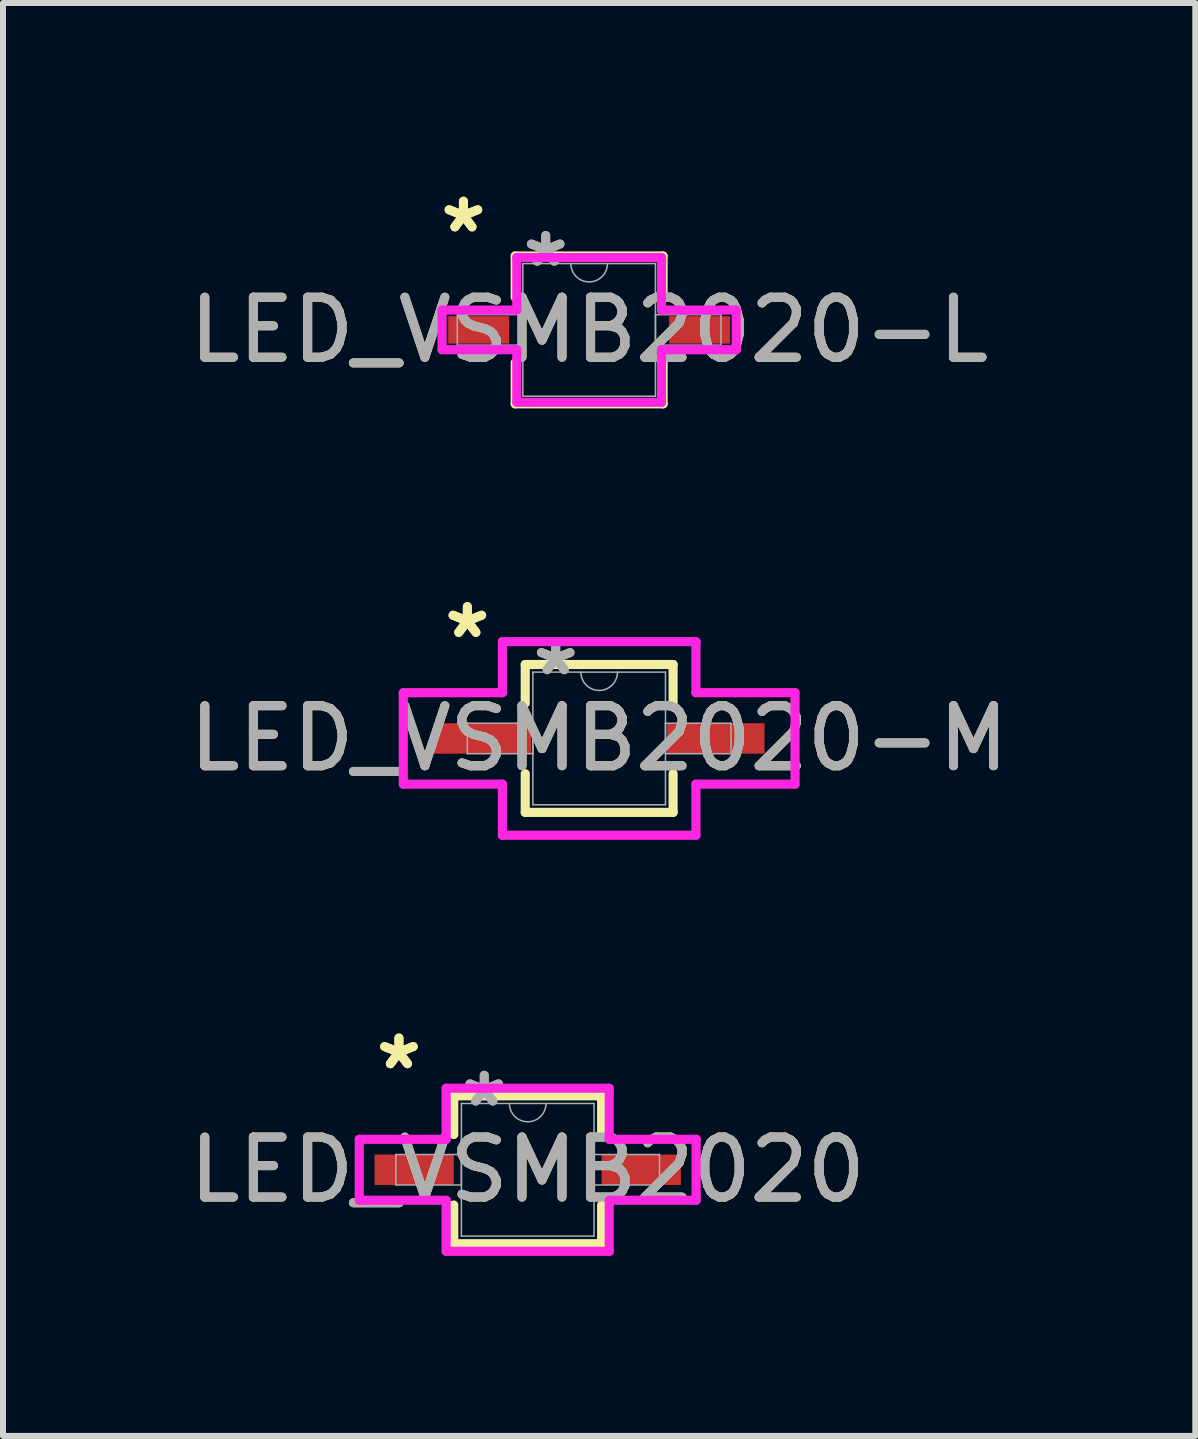
<source format=kicad_pcb>
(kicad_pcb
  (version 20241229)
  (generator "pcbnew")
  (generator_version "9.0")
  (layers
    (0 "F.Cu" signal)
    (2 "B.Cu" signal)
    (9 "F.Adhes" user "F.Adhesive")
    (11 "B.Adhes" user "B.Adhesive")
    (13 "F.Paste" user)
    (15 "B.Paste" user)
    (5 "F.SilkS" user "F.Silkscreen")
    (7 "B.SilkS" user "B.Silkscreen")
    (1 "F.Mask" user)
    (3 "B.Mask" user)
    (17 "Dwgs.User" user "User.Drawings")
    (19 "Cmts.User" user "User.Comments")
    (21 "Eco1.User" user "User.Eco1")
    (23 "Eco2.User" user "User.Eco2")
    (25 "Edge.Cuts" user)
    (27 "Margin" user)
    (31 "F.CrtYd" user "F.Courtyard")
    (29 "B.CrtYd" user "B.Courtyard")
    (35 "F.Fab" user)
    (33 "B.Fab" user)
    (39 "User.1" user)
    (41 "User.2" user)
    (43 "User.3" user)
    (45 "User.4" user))
  (footprint "LED_VSMB2020"
    (layer "F.Cu")
    (at 5.744 16.444)
    (property "Reference" "LED_VSMB2020" (at 0 0 0) (unlocked yes) (layer "F.SilkS") (effects (font (size 1 1) (thickness 0.15))))
    (attr smd)
    (fp_line (start -1.232 -1.232) (end -1.232 -0.587) (stroke (width 0.152) (type solid)) (layer "F.SilkS"))
    (fp_line (start -1.232 0.587) (end -1.232 1.232) (stroke (width 0.152) (type solid)) (layer "F.SilkS"))
    (fp_line (start -1.232 1.232) (end 1.232 1.232) (stroke (width 0.152) (type solid)) (layer "F.SilkS"))
    (fp_line (start 1.232 -1.232) (end -1.232 -1.232) (stroke (width 0.152) (type solid)) (layer "F.SilkS"))
    (fp_line (start 1.232 -0.587) (end 1.232 -1.232) (stroke (width 0.152) (type solid)) (layer "F.SilkS"))
    (fp_line (start 1.232 1.232) (end 1.232 0.587) (stroke (width 0.152) (type solid)) (layer "F.SilkS"))
    (fp_line (start -2.807 -0.508) (end -1.359 -0.508) (stroke (width 0.152) (type solid)) (layer "F.CrtYd"))
    (fp_line (start -2.807 0.508) (end -2.807 -0.508) (stroke (width 0.152) (type solid)) (layer "F.CrtYd"))
    (fp_line (start -2.807 0.508) (end -1.359 0.508) (stroke (width 0.152) (type solid)) (layer "F.CrtYd"))
    (fp_line (start -1.359 -1.359) (end 1.359 -1.359) (stroke (width 0.152) (type solid)) (layer "F.CrtYd"))
    (fp_line (start -1.359 -0.508) (end -1.359 -1.359) (stroke (width 0.152) (type solid)) (layer "F.CrtYd"))
    (fp_line (start -1.359 1.359) (end -1.359 0.508) (stroke (width 0.152) (type solid)) (layer "F.CrtYd"))
    (fp_line (start 1.359 -1.359) (end 1.359 -0.508) (stroke (width 0.152) (type solid)) (layer "F.CrtYd"))
    (fp_line (start 1.359 0.508) (end 1.359 1.359) (stroke (width 0.152) (type solid)) (layer "F.CrtYd"))
    (fp_line (start 1.359 1.359) (end -1.359 1.359) (stroke (width 0.152) (type solid)) (layer "F.CrtYd"))
    (fp_line (start 2.807 -0.508) (end 1.359 -0.508) (stroke (width 0.152) (type solid)) (layer "F.CrtYd"))
    (fp_line (start 2.807 -0.508) (end 2.807 0.508) (stroke (width 0.152) (type solid)) (layer "F.CrtYd"))
    (fp_line (start 2.807 0.508) (end 1.359 0.508) (stroke (width 0.152) (type solid)) (layer "F.CrtYd"))
    (fp_line (start -2.197 -0.254) (end -2.197 0.254) (stroke (width 0.025) (type solid)) (layer "F.Fab"))
    (fp_line (start -2.197 0.254) (end -1.105 0.254) (stroke (width 0.025) (type solid)) (layer "F.Fab"))
    (fp_line (start -1.105 -1.105) (end -1.105 1.105) (stroke (width 0.025) (type solid)) (layer "F.Fab"))
    (fp_line (start -1.105 -0.254) (end -2.197 -0.254) (stroke (width 0.025) (type solid)) (layer "F.Fab"))
    (fp_line (start -1.105 0.254) (end -1.105 -0.254) (stroke (width 0.025) (type solid)) (layer "F.Fab"))
    (fp_line (start -1.105 1.105) (end 1.105 1.105) (stroke (width 0.025) (type solid)) (layer "F.Fab"))
    (fp_line (start 1.105 -1.105) (end -1.105 -1.105) (stroke (width 0.025) (type solid)) (layer "F.Fab"))
    (fp_line (start 1.105 -0.254) (end 1.105 0.254) (stroke (width 0.025) (type solid)) (layer "F.Fab"))
    (fp_line (start 1.105 0.254) (end 2.197 0.254) (stroke (width 0.025) (type solid)) (layer "F.Fab"))
    (fp_line (start 1.105 1.105) (end 1.105 -1.105) (stroke (width 0.025) (type solid)) (layer "F.Fab"))
    (fp_line (start 2.197 -0.254) (end 1.105 -0.254) (stroke (width 0.025) (type solid)) (layer "F.Fab"))
    (fp_line (start 2.197 0.254) (end 2.197 -0.254) (stroke (width 0.025) (type solid)) (layer "F.Fab"))
    (fp_arc (start 0.3048 -1.1049) (mid 0 -0.8001) (end -0.3048 -1.1049) (stroke (width 0.0254) (type solid)) (layer "F.Fab"))
    (fp_text user "*" (at -2.146 -1.651 0) (unlocked yes) (layer "F.SilkS") (effects (font (size 1 1) (thickness 0.15))))
    (fp_text user "*" (at -2.146 -1.651 0) (layer "F.SilkS") (effects (font (size 1 1) (thickness 0.15))))
    (fp_text user "${REFERENCE}" (at 0 0 0) (unlocked yes) (layer "F.Fab") (effects (font (size 1 1) (thickness 0.15))))
    (fp_text user "*" (at -0.724 -1.029 0) (layer "F.Fab") (effects (font (size 1 1) (thickness 0.15))))
    (fp_text user "*" (at -0.724 -1.029 0) (unlocked yes) (layer "F.Fab") (effects (font (size 1 1) (thickness 0.15))))
    (pad "1" smd rect (at -1.892 0) (size 1.321 0.508) (layers "F.Cu" "F.Mask" "F.Paste"))
    (pad "2" smd rect (at 1.892 0) (size 1.321 0.508) (layers "F.Cu" "F.Mask" "F.Paste")))
  (footprint "LED_VSMB2020-L"
    (layer "F.Cu")
    (at 6.768 2.448)
    (property "Reference" "LED_VSMB2020-L" (at 0 0 0) (unlocked yes) (layer "F.SilkS") (effects (font (size 1 1) (thickness 0.15))))
    (attr smd)
    (fp_line (start -1.232 -1.232) (end -1.232 -0.545) (stroke (width 0.152) (type solid)) (layer "F.SilkS"))
    (fp_line (start -1.232 0.545) (end -1.232 1.232) (stroke (width 0.152) (type solid)) (layer "F.SilkS"))
    (fp_line (start -1.232 1.232) (end 1.232 1.232) (stroke (width 0.152) (type solid)) (layer "F.SilkS"))
    (fp_line (start 1.232 -1.232) (end -1.232 -1.232) (stroke (width 0.152) (type solid)) (layer "F.SilkS"))
    (fp_line (start 1.232 -0.545) (end 1.232 -1.232) (stroke (width 0.152) (type solid)) (layer "F.SilkS"))
    (fp_line (start 1.232 1.232) (end 1.232 0.545) (stroke (width 0.152) (type solid)) (layer "F.SilkS"))
    (fp_line (start -2.451 -0.33) (end -1.206 -0.33) (stroke (width 0.152) (type solid)) (layer "F.CrtYd"))
    (fp_line (start -2.451 0.33) (end -2.451 -0.33) (stroke (width 0.152) (type solid)) (layer "F.CrtYd"))
    (fp_line (start -2.451 0.33) (end -1.206 0.33) (stroke (width 0.152) (type solid)) (layer "F.CrtYd"))
    (fp_line (start -1.206 -1.206) (end 1.206 -1.206) (stroke (width 0.152) (type solid)) (layer "F.CrtYd"))
    (fp_line (start -1.206 -0.33) (end -1.206 -1.206) (stroke (width 0.152) (type solid)) (layer "F.CrtYd"))
    (fp_line (start -1.206 1.206) (end -1.206 0.33) (stroke (width 0.152) (type solid)) (layer "F.CrtYd"))
    (fp_line (start 1.206 -1.206) (end 1.206 -0.33) (stroke (width 0.152) (type solid)) (layer "F.CrtYd"))
    (fp_line (start 1.206 0.33) (end 1.206 1.206) (stroke (width 0.152) (type solid)) (layer "F.CrtYd"))
    (fp_line (start 1.206 1.206) (end -1.206 1.206) (stroke (width 0.152) (type solid)) (layer "F.CrtYd"))
    (fp_line (start 2.451 -0.33) (end 1.206 -0.33) (stroke (width 0.152) (type solid)) (layer "F.CrtYd"))
    (fp_line (start 2.451 -0.33) (end 2.451 0.33) (stroke (width 0.152) (type solid)) (layer "F.CrtYd"))
    (fp_line (start 2.451 0.33) (end 1.206 0.33) (stroke (width 0.152) (type solid)) (layer "F.CrtYd"))
    (fp_line (start -2.197 -0.254) (end -2.197 0.254) (stroke (width 0.025) (type solid)) (layer "F.Fab"))
    (fp_line (start -2.197 0.254) (end -1.105 0.254) (stroke (width 0.025) (type solid)) (layer "F.Fab"))
    (fp_line (start -1.105 -1.105) (end -1.105 1.105) (stroke (width 0.025) (type solid)) (layer "F.Fab"))
    (fp_line (start -1.105 -0.254) (end -2.197 -0.254) (stroke (width 0.025) (type solid)) (layer "F.Fab"))
    (fp_line (start -1.105 0.254) (end -1.105 -0.254) (stroke (width 0.025) (type solid)) (layer "F.Fab"))
    (fp_line (start -1.105 1.105) (end 1.105 1.105) (stroke (width 0.025) (type solid)) (layer "F.Fab"))
    (fp_line (start 1.105 -1.105) (end -1.105 -1.105) (stroke (width 0.025) (type solid)) (layer "F.Fab"))
    (fp_line (start 1.105 -0.254) (end 1.105 0.254) (stroke (width 0.025) (type solid)) (layer "F.Fab"))
    (fp_line (start 1.105 0.254) (end 2.197 0.254) (stroke (width 0.025) (type solid)) (layer "F.Fab"))
    (fp_line (start 1.105 1.105) (end 1.105 -1.105) (stroke (width 0.025) (type solid)) (layer "F.Fab"))
    (fp_line (start 2.197 -0.254) (end 1.105 -0.254) (stroke (width 0.025) (type solid)) (layer "F.Fab"))
    (fp_line (start 2.197 0.254) (end 2.197 -0.254) (stroke (width 0.025) (type solid)) (layer "F.Fab"))
    (fp_arc (start 0.3048 -1.1049) (mid 0 -0.8001) (end -0.3048 -1.1049) (stroke (width 0.0254) (type solid)) (layer "F.Fab"))
    (fp_text user "*" (at -2.095 -1.6 0) (layer "F.SilkS") (effects (font (size 1 1) (thickness 0.15))))
    (fp_text user "*" (at -2.095 -1.6 0) (unlocked yes) (layer "F.SilkS") (effects (font (size 1 1) (thickness 0.15))))
    (fp_text user "*" (at -0.724 -1.029 0) (unlocked yes) (layer "F.Fab") (effects (font (size 1 1) (thickness 0.15))))
    (fp_text user "${REFERENCE}" (at 0 0 0) (unlocked yes) (layer "F.Fab") (effects (font (size 1 1) (thickness 0.15))))
    (fp_text user "*" (at -0.724 -1.029 0) (layer "F.Fab") (effects (font (size 1 1) (thickness 0.15))))
    (pad "1" smd rect (at -1.841 0) (size 1.016 0.457) (layers "F.Cu" "F.Mask" "F.Paste"))
    (pad "2" smd rect (at 1.841 0) (size 1.016 0.457) (layers "F.Cu" "F.Mask" "F.Paste")))
  (footprint "LED_VSMB2020-M"
    (layer "F.Cu")
    (at 6.935 9.256)
    (property "Reference" "LED_VSMB2020-M" (at 0 0 0) (unlocked yes) (layer "F.SilkS") (effects (font (size 1 1) (thickness 0.15))))
    (attr smd)
    (fp_line (start -1.232 -1.232) (end -1.232 -0.587) (stroke (width 0.152) (type solid)) (layer "F.SilkS"))
    (fp_line (start -1.232 0.587) (end -1.232 1.232) (stroke (width 0.152) (type solid)) (layer "F.SilkS"))
    (fp_line (start -1.232 1.232) (end 1.232 1.232) (stroke (width 0.152) (type solid)) (layer "F.SilkS"))
    (fp_line (start 1.232 -1.232) (end -1.232 -1.232) (stroke (width 0.152) (type solid)) (layer "F.SilkS"))
    (fp_line (start 1.232 -0.587) (end 1.232 -1.232) (stroke (width 0.152) (type solid)) (layer "F.SilkS"))
    (fp_line (start 1.232 1.232) (end 1.232 0.587) (stroke (width 0.152) (type solid)) (layer "F.SilkS"))
    (fp_line (start -3.264 -0.762) (end -1.613 -0.762) (stroke (width 0.152) (type solid)) (layer "F.CrtYd"))
    (fp_line (start -3.264 0.762) (end -3.264 -0.762) (stroke (width 0.152) (type solid)) (layer "F.CrtYd"))
    (fp_line (start -3.264 0.762) (end -1.613 0.762) (stroke (width 0.152) (type solid)) (layer "F.CrtYd"))
    (fp_line (start -1.613 -1.613) (end 1.613 -1.613) (stroke (width 0.152) (type solid)) (layer "F.CrtYd"))
    (fp_line (start -1.613 -0.762) (end -1.613 -1.613) (stroke (width 0.152) (type solid)) (layer "F.CrtYd"))
    (fp_line (start -1.613 1.613) (end -1.613 0.762) (stroke (width 0.152) (type solid)) (layer "F.CrtYd"))
    (fp_line (start 1.613 -1.613) (end 1.613 -0.762) (stroke (width 0.152) (type solid)) (layer "F.CrtYd"))
    (fp_line (start 1.613 0.762) (end 1.613 1.613) (stroke (width 0.152) (type solid)) (layer "F.CrtYd"))
    (fp_line (start 1.613 1.613) (end -1.613 1.613) (stroke (width 0.152) (type solid)) (layer "F.CrtYd"))
    (fp_line (start 3.264 -0.762) (end 1.613 -0.762) (stroke (width 0.152) (type solid)) (layer "F.CrtYd"))
    (fp_line (start 3.264 -0.762) (end 3.264 0.762) (stroke (width 0.152) (type solid)) (layer "F.CrtYd"))
    (fp_line (start 3.264 0.762) (end 1.613 0.762) (stroke (width 0.152) (type solid)) (layer "F.CrtYd"))
    (fp_line (start -2.197 -0.254) (end -2.197 0.254) (stroke (width 0.025) (type solid)) (layer "F.Fab"))
    (fp_line (start -2.197 0.254) (end -1.105 0.254) (stroke (width 0.025) (type solid)) (layer "F.Fab"))
    (fp_line (start -1.105 -1.105) (end -1.105 1.105) (stroke (width 0.025) (type solid)) (layer "F.Fab"))
    (fp_line (start -1.105 -0.254) (end -2.197 -0.254) (stroke (width 0.025) (type solid)) (layer "F.Fab"))
    (fp_line (start -1.105 0.254) (end -1.105 -0.254) (stroke (width 0.025) (type solid)) (layer "F.Fab"))
    (fp_line (start -1.105 1.105) (end 1.105 1.105) (stroke (width 0.025) (type solid)) (layer "F.Fab"))
    (fp_line (start 1.105 -1.105) (end -1.105 -1.105) (stroke (width 0.025) (type solid)) (layer "F.Fab"))
    (fp_line (start 1.105 -0.254) (end 1.105 0.254) (stroke (width 0.025) (type solid)) (layer "F.Fab"))
    (fp_line (start 1.105 0.254) (end 2.197 0.254) (stroke (width 0.025) (type solid)) (layer "F.Fab"))
    (fp_line (start 1.105 1.105) (end 1.105 -1.105) (stroke (width 0.025) (type solid)) (layer "F.Fab"))
    (fp_line (start 2.197 -0.254) (end 1.105 -0.254) (stroke (width 0.025) (type solid)) (layer "F.Fab"))
    (fp_line (start 2.197 0.254) (end 2.197 -0.254) (stroke (width 0.025) (type solid)) (layer "F.Fab"))
    (fp_arc (start 0.3048 -1.1049) (mid 0 -0.8001) (end -0.3048 -1.1049) (stroke (width 0.0254) (type solid)) (layer "F.Fab"))
    (fp_text user "*" (at -2.197 -1.651 0) (layer "F.SilkS") (effects (font (size 1 1) (thickness 0.15))))
    (fp_text user "*" (at -2.197 -1.651 0) (unlocked yes) (layer "F.SilkS") (effects (font (size 1 1) (thickness 0.15))))
    (fp_text user "${REFERENCE}" (at 0 0 0) (unlocked yes) (layer "F.Fab") (effects (font (size 1 1) (thickness 0.15))))
    (fp_text user "*" (at -0.724 -1.029 0) (unlocked yes) (layer "F.Fab") (effects (font (size 1 1) (thickness 0.15))))
    (fp_text user "*" (at -0.724 -1.029 0) (layer "F.Fab") (effects (font (size 1 1) (thickness 0.15))))
    (pad "1" smd rect (at -1.943 0) (size 1.626 0.508) (layers "F.Cu" "F.Mask" "F.Paste"))
    (pad "2" smd rect (at 1.943 0) (size 1.626 0.508) (layers "F.Cu" "F.Mask" "F.Paste")))
  (gr_rect
    (start -3 -3)
    (end 16.869 20.879)
    (stroke (width 0.1) (type default))
    (fill no)
    (layer "Edge.Cuts")))
</source>
